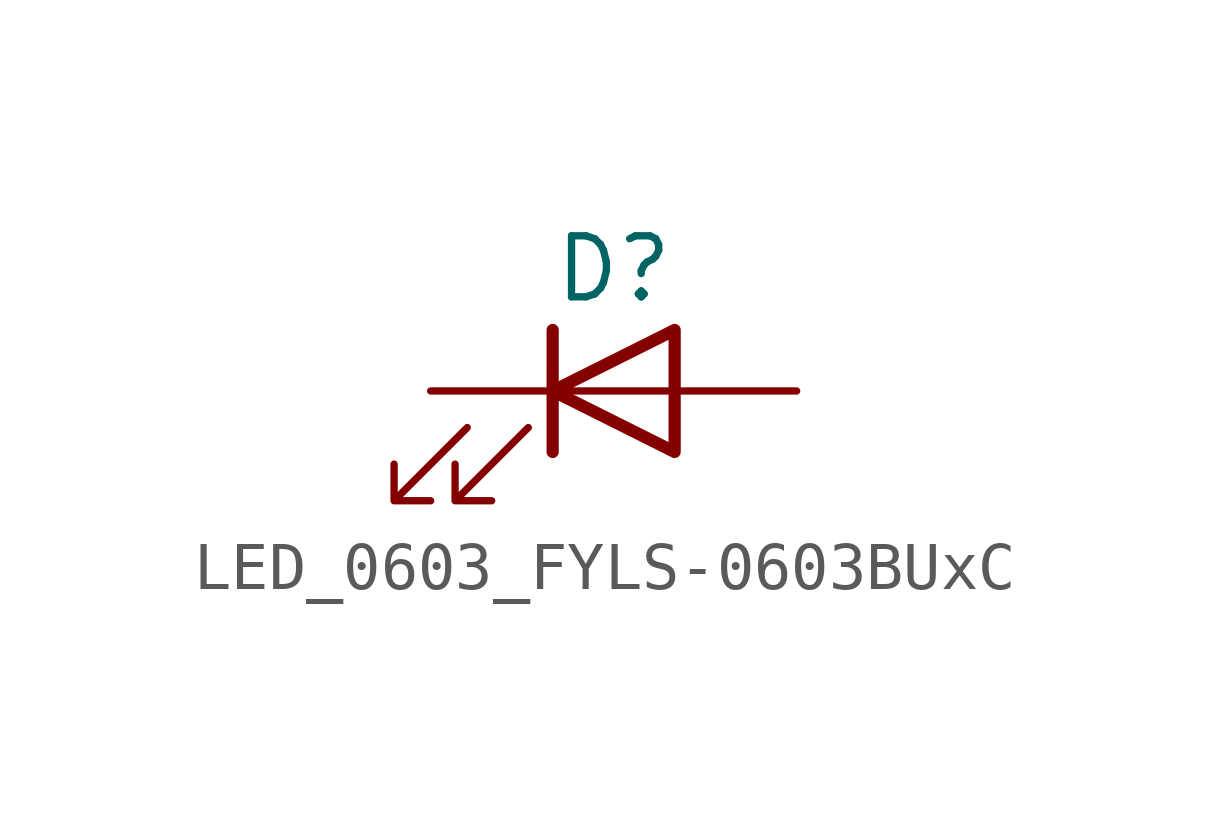
<source format=kicad_sym>
(kicad_symbol_lib
  (version 20220914)
  (generator kicad_symbol_editor)
  (symbol "LED_0603_FYLS-0603BUxC"
    (pin_numbers hide)
    (pin_names
      (offset 1.016) hide)
    (property "Reference" "D"
      (at 0 2.54 0)
      (effects (font (size 1.27 1.27))))
    (symbol "LED_0603_FYLS-0603BUxC_0_1"
      (polyline (pts (xy -1.27 -1.27) (xy -1.27 1.27)) (stroke (width 0.254) (type default)) (fill (type none)))
      (polyline (pts (xy -1.27 0) (xy 1.27 0)) (stroke (width 0) (type default)) (fill (type none)))
      (polyline (pts (xy 1.27 -1.27) (xy 1.27 1.27) (xy -1.27 0) (xy 1.27 -1.27)) (stroke (width 0.254) (type default)) (fill (type none)))
      (polyline (pts (xy -3.048 -0.762) (xy -4.572 -2.286) (xy -3.81 -2.286) (xy -4.572 -2.286) (xy -4.572 -1.524)) (stroke (width 0) (type default)) (fill (type none)))
      (polyline (pts (xy -1.778 -0.762) (xy -3.302 -2.286) (xy -2.54 -2.286) (xy -3.302 -2.286) (xy -3.302 -1.524)) (stroke (width 0) (type default)) (fill (type none))))
    (symbol "LED_0603_FYLS-0603BUxC_1_1"
      (pin passive line (at -3.81 0 0) (length 2.54) (name "K" (effects (font (size 1.27 1.27)))) (number "1" (effects (font (size 1.27 1.27)))))
      (pin passive line (at 3.81 0 180) (length 2.54) (name "A" (effects (font (size 1.27 1.27)))) (number "2" (effects (font (size 1.27 1.27))))))))
</source>
